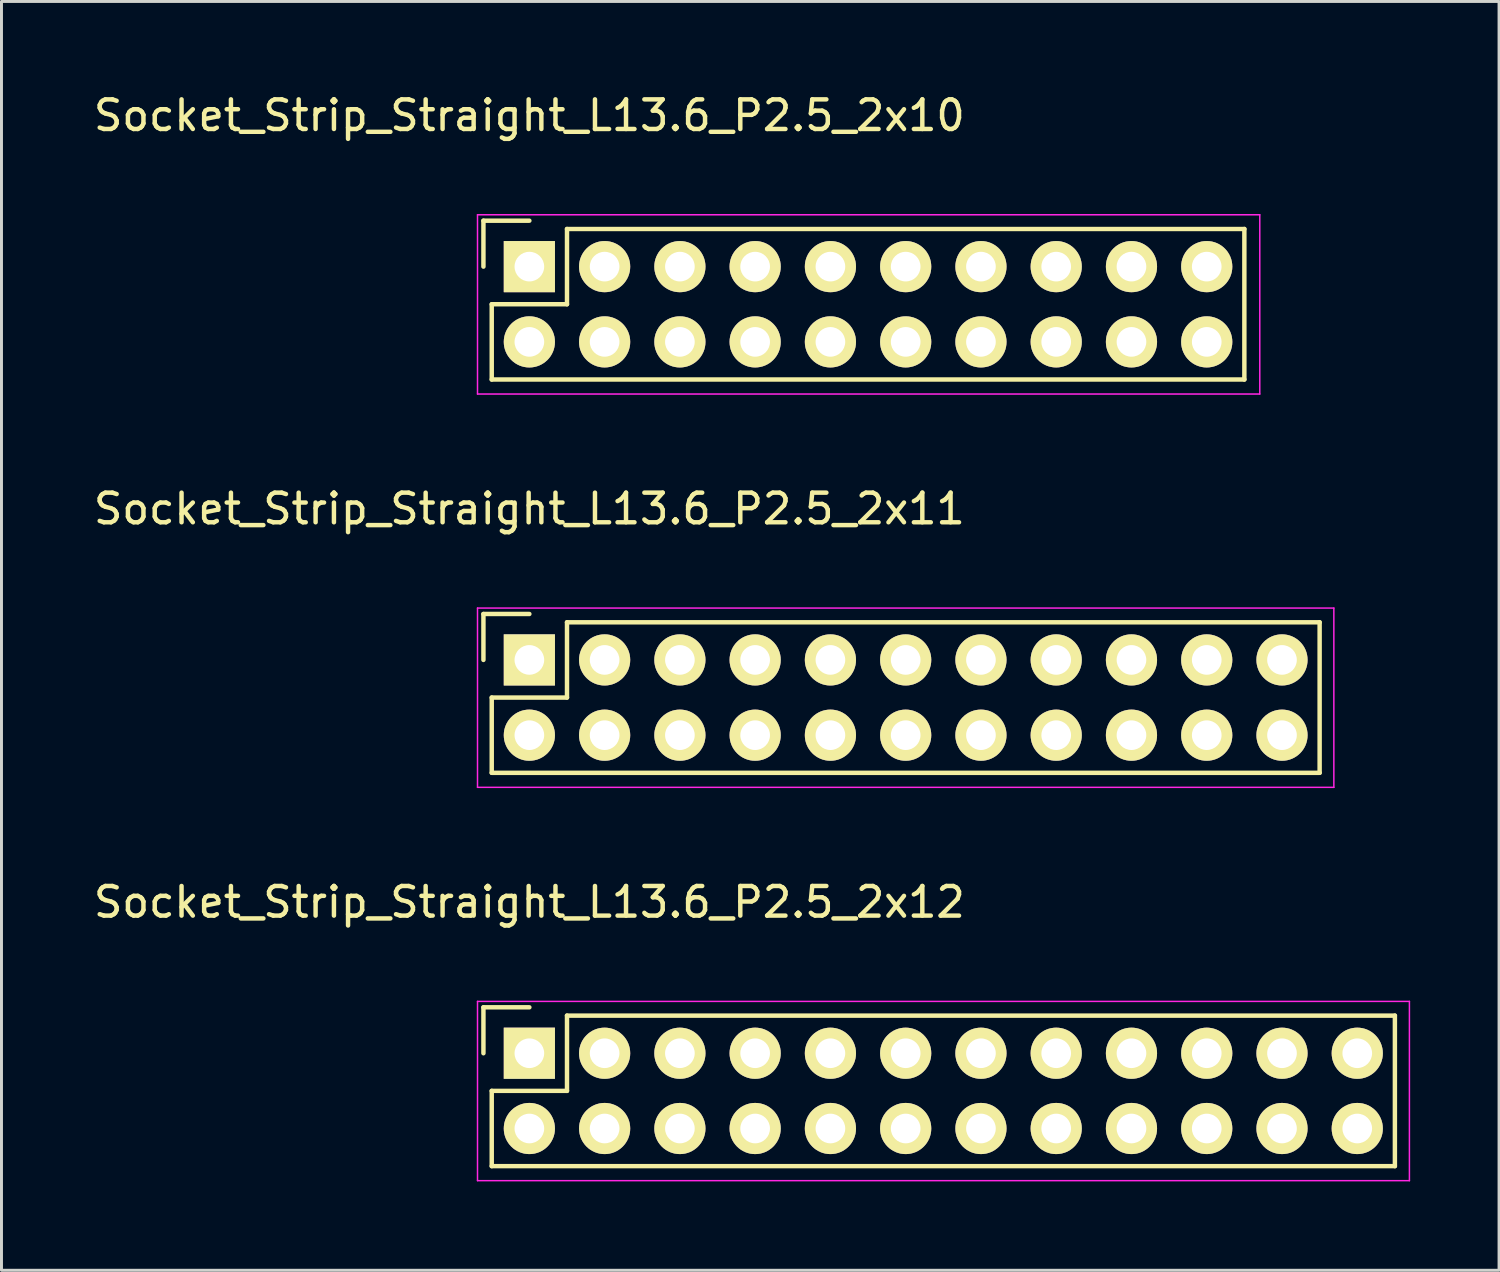
<source format=kicad_pcb>
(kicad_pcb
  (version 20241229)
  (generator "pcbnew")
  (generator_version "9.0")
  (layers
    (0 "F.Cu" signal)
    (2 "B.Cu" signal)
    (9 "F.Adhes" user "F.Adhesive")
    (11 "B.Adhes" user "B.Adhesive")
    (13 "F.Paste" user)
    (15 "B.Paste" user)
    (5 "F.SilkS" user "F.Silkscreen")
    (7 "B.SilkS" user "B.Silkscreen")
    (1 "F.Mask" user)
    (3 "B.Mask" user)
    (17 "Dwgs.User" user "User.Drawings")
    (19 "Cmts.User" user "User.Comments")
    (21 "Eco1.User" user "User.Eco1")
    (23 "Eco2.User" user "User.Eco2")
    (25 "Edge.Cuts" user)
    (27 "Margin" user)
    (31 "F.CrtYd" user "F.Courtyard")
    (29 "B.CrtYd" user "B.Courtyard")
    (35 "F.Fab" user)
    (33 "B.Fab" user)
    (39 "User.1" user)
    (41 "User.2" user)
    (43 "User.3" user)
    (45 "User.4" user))
  (footprint "Socket_Strip_Straight_L13.6_P2.5_2x10"
    (layer "F.Cu")
    (at 14.815 5.948)
    (property "Reference" "Socket_Strip_Straight_L13.6_P2.5_2x10" (at 0 -5.1 0) (layer "F.SilkS") (effects (font (size 1 1) (thickness 0.15))))
    (attr through_hole)
    (fp_line (start -1.55 -1.55) (end -1.55 0) (stroke (width 0.15) (type solid)) (layer "F.SilkS"))
    (fp_line (start -1.27 1.27) (end 1.27 1.27) (stroke (width 0.15) (type solid)) (layer "F.SilkS"))
    (fp_line (start -1.27 3.81) (end -1.27 1.27) (stroke (width 0.15) (type solid)) (layer "F.SilkS"))
    (fp_line (start 0 -1.55) (end -1.55 -1.55) (stroke (width 0.15) (type solid)) (layer "F.SilkS"))
    (fp_line (start 1.27 -1.27) (end 24.13 -1.27) (stroke (width 0.15) (type solid)) (layer "F.SilkS"))
    (fp_line (start 1.27 1.27) (end 1.27 -1.27) (stroke (width 0.15) (type solid)) (layer "F.SilkS"))
    (fp_line (start 24.13 3.81) (end -1.27 3.81) (stroke (width 0.15) (type solid)) (layer "F.SilkS"))
    (fp_line (start 24.13 3.81) (end 24.13 -1.27) (stroke (width 0.15) (type solid)) (layer "F.SilkS"))
    (fp_line (start -1.75 -1.75) (end -1.75 4.3) (stroke (width 0.05) (type solid)) (layer "F.CrtYd"))
    (fp_line (start -1.75 -1.75) (end 24.65 -1.75) (stroke (width 0.05) (type solid)) (layer "F.CrtYd"))
    (fp_line (start -1.75 4.3) (end 24.65 4.3) (stroke (width 0.05) (type solid)) (layer "F.CrtYd"))
    (fp_line (start 24.65 -1.75) (end 24.65 4.3) (stroke (width 0.05) (type solid)) (layer "F.CrtYd"))
    (pad "1" thru_hole rect (at 0 0) (size 1.727 1.727) (drill 1) (layers "*.Cu" "*.Mask" "F.SilkS"))
    (pad "2" thru_hole oval (at 0 2.54) (size 1.727 1.727) (drill 1) (layers "*.Cu" "*.Mask" "F.SilkS"))
    (pad "3" thru_hole oval (at 2.54 0) (size 1.727 1.727) (drill 1) (layers "*.Cu" "*.Mask" "F.SilkS"))
    (pad "4" thru_hole oval (at 2.54 2.54) (size 1.727 1.727) (drill 1) (layers "*.Cu" "*.Mask" "F.SilkS"))
    (pad "5" thru_hole oval (at 5.08 0) (size 1.727 1.727) (drill 1) (layers "*.Cu" "*.Mask" "F.SilkS"))
    (pad "6" thru_hole oval (at 5.08 2.54) (size 1.727 1.727) (drill 1) (layers "*.Cu" "*.Mask" "F.SilkS"))
    (pad "7" thru_hole oval (at 7.62 0) (size 1.727 1.727) (drill 1) (layers "*.Cu" "*.Mask" "F.SilkS"))
    (pad "8" thru_hole oval (at 7.62 2.54) (size 1.727 1.727) (drill 1) (layers "*.Cu" "*.Mask" "F.SilkS"))
    (pad "9" thru_hole oval (at 10.16 0) (size 1.727 1.727) (drill 1) (layers "*.Cu" "*.Mask" "F.SilkS"))
    (pad "10" thru_hole oval (at 10.16 2.54) (size 1.727 1.727) (drill 1) (layers "*.Cu" "*.Mask" "F.SilkS"))
    (pad "11" thru_hole oval (at 12.7 0) (size 1.727 1.727) (drill 1) (layers "*.Cu" "*.Mask" "F.SilkS"))
    (pad "12" thru_hole oval (at 12.7 2.54) (size 1.727 1.727) (drill 1) (layers "*.Cu" "*.Mask" "F.SilkS"))
    (pad "13" thru_hole oval (at 15.24 0) (size 1.727 1.727) (drill 1) (layers "*.Cu" "*.Mask" "F.SilkS"))
    (pad "14" thru_hole oval (at 15.24 2.54) (size 1.727 1.727) (drill 1) (layers "*.Cu" "*.Mask" "F.SilkS"))
    (pad "15" thru_hole oval (at 17.78 0) (size 1.727 1.727) (drill 1) (layers "*.Cu" "*.Mask" "F.SilkS"))
    (pad "16" thru_hole oval (at 17.78 2.54) (size 1.727 1.727) (drill 1) (layers "*.Cu" "*.Mask" "F.SilkS"))
    (pad "17" thru_hole oval (at 20.32 0) (size 1.727 1.727) (drill 1) (layers "*.Cu" "*.Mask" "F.SilkS"))
    (pad "18" thru_hole oval (at 20.32 2.54) (size 1.727 1.727) (drill 1) (layers "*.Cu" "*.Mask" "F.SilkS"))
    (pad "19" thru_hole oval (at 22.86 0) (size 1.727 1.727) (drill 1) (layers "*.Cu" "*.Mask" "F.SilkS"))
    (pad "20" thru_hole oval (at 22.86 2.54) (size 1.727 1.727) (drill 1) (layers "*.Cu" "*.Mask" "F.SilkS")))
  (footprint "Socket_Strip_Straight_L13.6_P2.5_2x11"
    (layer "F.Cu")
    (at 14.815 19.221)
    (property "Reference" "Socket_Strip_Straight_L13.6_P2.5_2x11" (at 0 -5.1 0) (layer "F.SilkS") (effects (font (size 1 1) (thickness 0.15))))
    (attr through_hole)
    (fp_line (start -1.55 -1.55) (end -1.55 0) (stroke (width 0.15) (type solid)) (layer "F.SilkS"))
    (fp_line (start -1.27 1.27) (end 1.27 1.27) (stroke (width 0.15) (type solid)) (layer "F.SilkS"))
    (fp_line (start -1.27 3.81) (end -1.27 1.27) (stroke (width 0.15) (type solid)) (layer "F.SilkS"))
    (fp_line (start 0 -1.55) (end -1.55 -1.55) (stroke (width 0.15) (type solid)) (layer "F.SilkS"))
    (fp_line (start 1.27 -1.27) (end 26.67 -1.27) (stroke (width 0.15) (type solid)) (layer "F.SilkS"))
    (fp_line (start 1.27 1.27) (end 1.27 -1.27) (stroke (width 0.15) (type solid)) (layer "F.SilkS"))
    (fp_line (start 26.67 3.81) (end -1.27 3.81) (stroke (width 0.15) (type solid)) (layer "F.SilkS"))
    (fp_line (start 26.67 3.81) (end 26.67 -1.27) (stroke (width 0.15) (type solid)) (layer "F.SilkS"))
    (fp_line (start -1.75 -1.75) (end -1.75 4.3) (stroke (width 0.05) (type solid)) (layer "F.CrtYd"))
    (fp_line (start -1.75 -1.75) (end 27.15 -1.75) (stroke (width 0.05) (type solid)) (layer "F.CrtYd"))
    (fp_line (start -1.75 4.3) (end 27.15 4.3) (stroke (width 0.05) (type solid)) (layer "F.CrtYd"))
    (fp_line (start 27.15 -1.75) (end 27.15 4.3) (stroke (width 0.05) (type solid)) (layer "F.CrtYd"))
    (pad "1" thru_hole rect (at 0 0) (size 1.727 1.727) (drill 1) (layers "*.Cu" "*.Mask" "F.SilkS"))
    (pad "2" thru_hole oval (at 0 2.54) (size 1.727 1.727) (drill 1) (layers "*.Cu" "*.Mask" "F.SilkS"))
    (pad "3" thru_hole oval (at 2.54 0) (size 1.727 1.727) (drill 1) (layers "*.Cu" "*.Mask" "F.SilkS"))
    (pad "4" thru_hole oval (at 2.54 2.54) (size 1.727 1.727) (drill 1) (layers "*.Cu" "*.Mask" "F.SilkS"))
    (pad "5" thru_hole oval (at 5.08 0) (size 1.727 1.727) (drill 1) (layers "*.Cu" "*.Mask" "F.SilkS"))
    (pad "6" thru_hole oval (at 5.08 2.54) (size 1.727 1.727) (drill 1) (layers "*.Cu" "*.Mask" "F.SilkS"))
    (pad "7" thru_hole oval (at 7.62 0) (size 1.727 1.727) (drill 1) (layers "*.Cu" "*.Mask" "F.SilkS"))
    (pad "8" thru_hole oval (at 7.62 2.54) (size 1.727 1.727) (drill 1) (layers "*.Cu" "*.Mask" "F.SilkS"))
    (pad "9" thru_hole oval (at 10.16 0) (size 1.727 1.727) (drill 1) (layers "*.Cu" "*.Mask" "F.SilkS"))
    (pad "10" thru_hole oval (at 10.16 2.54) (size 1.727 1.727) (drill 1) (layers "*.Cu" "*.Mask" "F.SilkS"))
    (pad "11" thru_hole oval (at 12.7 0) (size 1.727 1.727) (drill 1) (layers "*.Cu" "*.Mask" "F.SilkS"))
    (pad "12" thru_hole oval (at 12.7 2.54) (size 1.727 1.727) (drill 1) (layers "*.Cu" "*.Mask" "F.SilkS"))
    (pad "13" thru_hole oval (at 15.24 0) (size 1.727 1.727) (drill 1) (layers "*.Cu" "*.Mask" "F.SilkS"))
    (pad "14" thru_hole oval (at 15.24 2.54) (size 1.727 1.727) (drill 1) (layers "*.Cu" "*.Mask" "F.SilkS"))
    (pad "15" thru_hole oval (at 17.78 0) (size 1.727 1.727) (drill 1) (layers "*.Cu" "*.Mask" "F.SilkS"))
    (pad "16" thru_hole oval (at 17.78 2.54) (size 1.727 1.727) (drill 1) (layers "*.Cu" "*.Mask" "F.SilkS"))
    (pad "17" thru_hole oval (at 20.32 0) (size 1.727 1.727) (drill 1) (layers "*.Cu" "*.Mask" "F.SilkS"))
    (pad "18" thru_hole oval (at 20.32 2.54) (size 1.727 1.727) (drill 1) (layers "*.Cu" "*.Mask" "F.SilkS"))
    (pad "19" thru_hole oval (at 22.86 0) (size 1.727 1.727) (drill 1) (layers "*.Cu" "*.Mask" "F.SilkS"))
    (pad "20" thru_hole oval (at 22.86 2.54) (size 1.727 1.727) (drill 1) (layers "*.Cu" "*.Mask" "F.SilkS"))
    (pad "21" thru_hole oval (at 25.4 0) (size 1.727 1.727) (drill 1) (layers "*.Cu" "*.Mask" "F.SilkS"))
    (pad "22" thru_hole oval (at 25.4 2.54) (size 1.727 1.727) (drill 1) (layers "*.Cu" "*.Mask" "F.SilkS")))
  (footprint "Socket_Strip_Straight_L13.6_P2.5_2x12"
    (layer "F.Cu")
    (at 14.815 32.495)
    (property "Reference" "Socket_Strip_Straight_L13.6_P2.5_2x12" (at 0 -5.1 0) (layer "F.SilkS") (effects (font (size 1 1) (thickness 0.15))))
    (attr through_hole)
    (fp_line (start -1.55 -1.55) (end -1.55 0) (stroke (width 0.15) (type solid)) (layer "F.SilkS"))
    (fp_line (start -1.27 1.27) (end 1.27 1.27) (stroke (width 0.15) (type solid)) (layer "F.SilkS"))
    (fp_line (start -1.27 3.81) (end -1.27 1.27) (stroke (width 0.15) (type solid)) (layer "F.SilkS"))
    (fp_line (start 0 -1.55) (end -1.55 -1.55) (stroke (width 0.15) (type solid)) (layer "F.SilkS"))
    (fp_line (start 1.27 -1.27) (end 29.21 -1.27) (stroke (width 0.15) (type solid)) (layer "F.SilkS"))
    (fp_line (start 1.27 1.27) (end 1.27 -1.27) (stroke (width 0.15) (type solid)) (layer "F.SilkS"))
    (fp_line (start 29.21 3.81) (end -1.27 3.81) (stroke (width 0.15) (type solid)) (layer "F.SilkS"))
    (fp_line (start 29.21 3.81) (end 29.21 -1.27) (stroke (width 0.15) (type solid)) (layer "F.SilkS"))
    (fp_line (start -1.75 -1.75) (end -1.75 4.3) (stroke (width 0.05) (type solid)) (layer "F.CrtYd"))
    (fp_line (start -1.75 -1.75) (end 29.7 -1.75) (stroke (width 0.05) (type solid)) (layer "F.CrtYd"))
    (fp_line (start -1.75 4.3) (end 29.7 4.3) (stroke (width 0.05) (type solid)) (layer "F.CrtYd"))
    (fp_line (start 29.7 -1.75) (end 29.7 4.3) (stroke (width 0.05) (type solid)) (layer "F.CrtYd"))
    (pad "1" thru_hole rect (at 0 0) (size 1.727 1.727) (drill 1) (layers "*.Cu" "*.Mask" "F.SilkS"))
    (pad "2" thru_hole oval (at 0 2.54) (size 1.727 1.727) (drill 1) (layers "*.Cu" "*.Mask" "F.SilkS"))
    (pad "3" thru_hole oval (at 2.54 0) (size 1.727 1.727) (drill 1) (layers "*.Cu" "*.Mask" "F.SilkS"))
    (pad "4" thru_hole oval (at 2.54 2.54) (size 1.727 1.727) (drill 1) (layers "*.Cu" "*.Mask" "F.SilkS"))
    (pad "5" thru_hole oval (at 5.08 0) (size 1.727 1.727) (drill 1) (layers "*.Cu" "*.Mask" "F.SilkS"))
    (pad "6" thru_hole oval (at 5.08 2.54) (size 1.727 1.727) (drill 1) (layers "*.Cu" "*.Mask" "F.SilkS"))
    (pad "7" thru_hole oval (at 7.62 0) (size 1.727 1.727) (drill 1) (layers "*.Cu" "*.Mask" "F.SilkS"))
    (pad "8" thru_hole oval (at 7.62 2.54) (size 1.727 1.727) (drill 1) (layers "*.Cu" "*.Mask" "F.SilkS"))
    (pad "9" thru_hole oval (at 10.16 0) (size 1.727 1.727) (drill 1) (layers "*.Cu" "*.Mask" "F.SilkS"))
    (pad "10" thru_hole oval (at 10.16 2.54) (size 1.727 1.727) (drill 1) (layers "*.Cu" "*.Mask" "F.SilkS"))
    (pad "11" thru_hole oval (at 12.7 0) (size 1.727 1.727) (drill 1) (layers "*.Cu" "*.Mask" "F.SilkS"))
    (pad "12" thru_hole oval (at 12.7 2.54) (size 1.727 1.727) (drill 1) (layers "*.Cu" "*.Mask" "F.SilkS"))
    (pad "13" thru_hole oval (at 15.24 0) (size 1.727 1.727) (drill 1) (layers "*.Cu" "*.Mask" "F.SilkS"))
    (pad "14" thru_hole oval (at 15.24 2.54) (size 1.727 1.727) (drill 1) (layers "*.Cu" "*.Mask" "F.SilkS"))
    (pad "15" thru_hole oval (at 17.78 0) (size 1.727 1.727) (drill 1) (layers "*.Cu" "*.Mask" "F.SilkS"))
    (pad "16" thru_hole oval (at 17.78 2.54) (size 1.727 1.727) (drill 1) (layers "*.Cu" "*.Mask" "F.SilkS"))
    (pad "17" thru_hole oval (at 20.32 0) (size 1.727 1.727) (drill 1) (layers "*.Cu" "*.Mask" "F.SilkS"))
    (pad "18" thru_hole oval (at 20.32 2.54) (size 1.727 1.727) (drill 1) (layers "*.Cu" "*.Mask" "F.SilkS"))
    (pad "19" thru_hole oval (at 22.86 0) (size 1.727 1.727) (drill 1) (layers "*.Cu" "*.Mask" "F.SilkS"))
    (pad "20" thru_hole oval (at 22.86 2.54) (size 1.727 1.727) (drill 1) (layers "*.Cu" "*.Mask" "F.SilkS"))
    (pad "21" thru_hole oval (at 25.4 0) (size 1.727 1.727) (drill 1) (layers "*.Cu" "*.Mask" "F.SilkS"))
    (pad "22" thru_hole oval (at 25.4 2.54) (size 1.727 1.727) (drill 1) (layers "*.Cu" "*.Mask" "F.SilkS"))
    (pad "23" thru_hole oval (at 27.94 0) (size 1.727 1.727) (drill 1) (layers "*.Cu" "*.Mask" "F.SilkS"))
    (pad "24" thru_hole oval (at 27.94 2.54) (size 1.727 1.727) (drill 1) (layers "*.Cu" "*.Mask" "F.SilkS")))
  (gr_rect
    (start -3 -3)
    (end 47.54 39.82)
    (stroke (width 0.1) (type default))
    (fill no)
    (layer "Edge.Cuts")))
</source>
